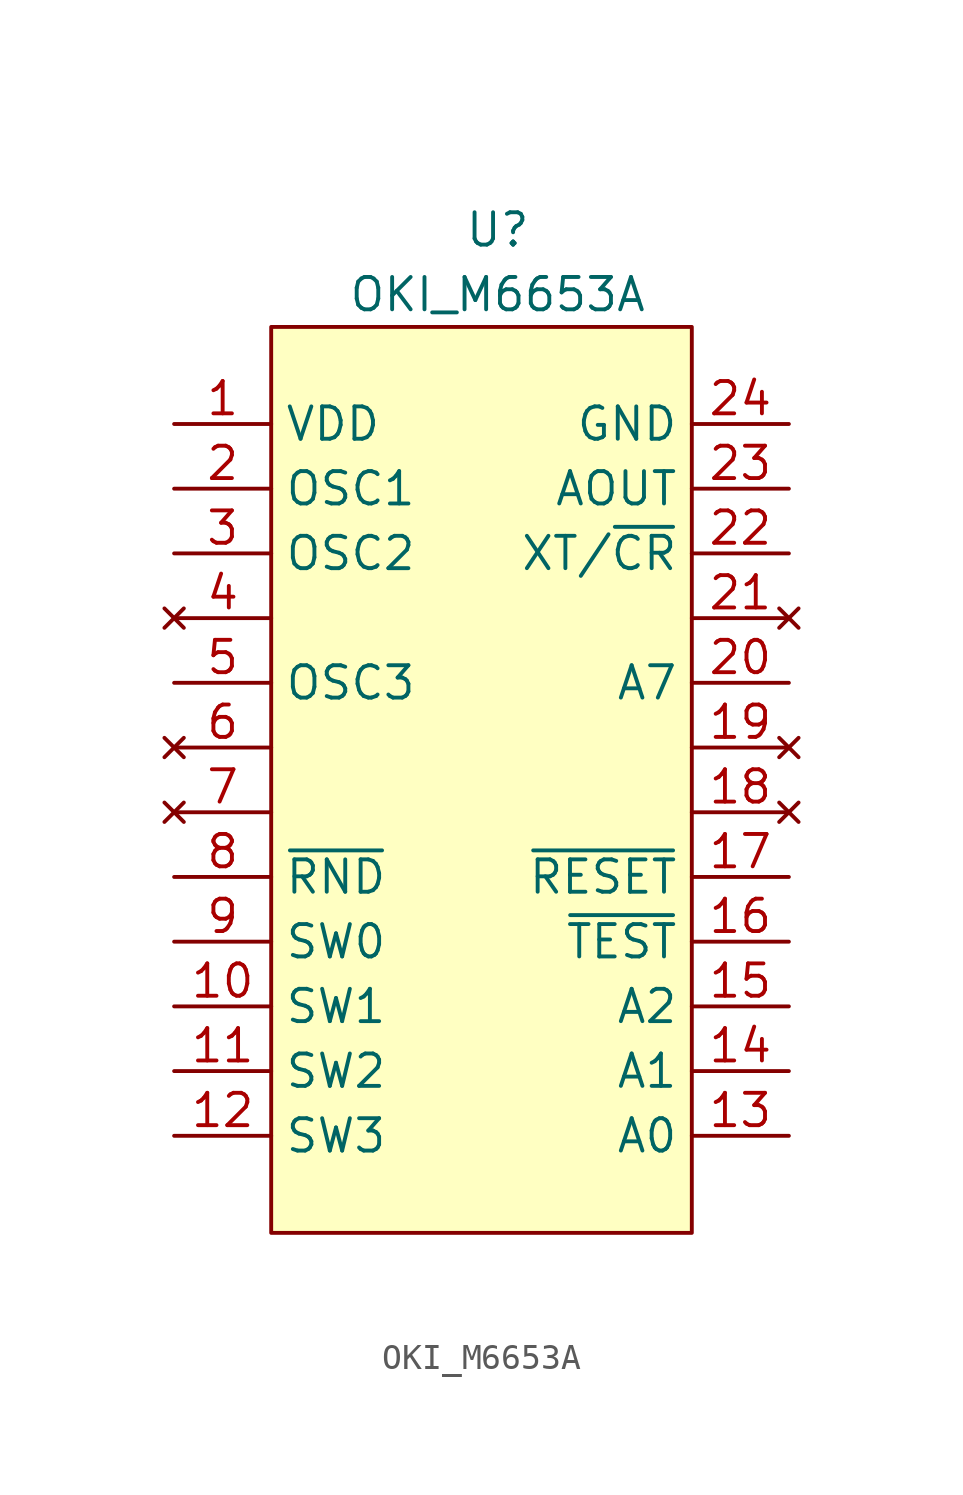
<source format=kicad_sym>
(kicad_symbol_lib
  (version 20220914)
  (generator kicad_symbol_editor)
  (symbol "OKI_M6653A"
    (property "Reference" "U"
      (at 8.89 3.81 0)
      (effects (font (size 1.27 1.27))))
    (property "Value" "OKI_M6653A"
      (at 8.89 1.27 0)
      (effects (font (size 1.27 1.27))))
    (symbol "OKI_M6653A_0_1"
      (rectangle (start 0 0) (end 16.51 -35.56) (stroke (width 0) (type default)) (fill (type background))))
    (symbol "OKI_M6653A_1_1"
      (pin power_in line (at -3.81 -3.81 0) (length 3.81) (name "VDD" (effects (font (size 1.27 1.27)))) (number "1" (effects (font (size 1.27 1.27)))))
      (pin passive line (at -3.81 -26.67 0) (length 3.81) (name "SW1" (effects (font (size 1.27 1.27)))) (number "10" (effects (font (size 1.27 1.27)))))
      (pin passive line (at -3.81 -29.21 0) (length 3.81) (name "SW2" (effects (font (size 1.27 1.27)))) (number "11" (effects (font (size 1.27 1.27)))))
      (pin passive line (at -3.81 -31.75 0) (length 3.81) (name "SW3" (effects (font (size 1.27 1.27)))) (number "12" (effects (font (size 1.27 1.27)))))
      (pin passive line (at 20.32 -31.75 180) (length 3.81) (name "A0" (effects (font (size 1.27 1.27)))) (number "13" (effects (font (size 1.27 1.27)))))
      (pin passive line (at 20.32 -29.21 180) (length 3.81) (name "A1" (effects (font (size 1.27 1.27)))) (number "14" (effects (font (size 1.27 1.27)))))
      (pin passive line (at 20.32 -26.67 180) (length 3.81) (name "A2" (effects (font (size 1.27 1.27)))) (number "15" (effects (font (size 1.27 1.27)))))
      (pin passive line (at 20.32 -24.13 180) (length 3.81) (name "~{TEST}" (effects (font (size 1.27 1.27)))) (number "16" (effects (font (size 1.27 1.27)))))
      (pin passive line (at 20.32 -21.59 180) (length 3.81) (name "~{RESET}" (effects (font (size 1.27 1.27)))) (number "17" (effects (font (size 1.27 1.27)))))
      (pin no_connect line (at 20.32 -19.05 180) (length 3.81) (name "" (effects (font (size 1.27 1.27)))) (number "18" (effects (font (size 1.27 1.27)))))
      (pin no_connect line (at 20.32 -16.51 180) (length 3.81) (name "" (effects (font (size 1.27 1.27)))) (number "19" (effects (font (size 1.27 1.27)))))
      (pin passive line (at -3.81 -6.35 0) (length 3.81) (name "OSC1" (effects (font (size 1.27 1.27)))) (number "2" (effects (font (size 1.27 1.27)))))
      (pin passive line (at 20.32 -13.97 180) (length 3.81) (name "A7" (effects (font (size 1.27 1.27)))) (number "20" (effects (font (size 1.27 1.27)))))
      (pin no_connect line (at 20.32 -11.43 180) (length 3.81) (name "" (effects (font (size 1.27 1.27)))) (number "21" (effects (font (size 1.27 1.27)))))
      (pin passive line (at 20.32 -8.89 180) (length 3.81) (name "XT/~{CR}" (effects (font (size 1.27 1.27)))) (number "22" (effects (font (size 1.27 1.27)))))
      (pin passive line (at 20.32 -6.35 180) (length 3.81) (name "AOUT" (effects (font (size 1.27 1.27)))) (number "23" (effects (font (size 1.27 1.27)))))
      (pin power_in line (at 20.32 -3.81 180) (length 3.81) (name "GND" (effects (font (size 1.27 1.27)))) (number "24" (effects (font (size 1.27 1.27)))))
      (pin passive line (at -3.81 -8.89 0) (length 3.81) (name "OSC2" (effects (font (size 1.27 1.27)))) (number "3" (effects (font (size 1.27 1.27)))))
      (pin no_connect line (at -3.81 -11.43 0) (length 3.81) (name "" (effects (font (size 1.27 1.27)))) (number "4" (effects (font (size 1.27 1.27)))))
      (pin passive line (at -3.81 -13.97 0) (length 3.81) (name "OSC3" (effects (font (size 1.27 1.27)))) (number "5" (effects (font (size 1.27 1.27)))))
      (pin no_connect line (at -3.81 -16.51 0) (length 3.81) (name "" (effects (font (size 1.27 1.27)))) (number "6" (effects (font (size 1.27 1.27)))))
      (pin no_connect line (at -3.81 -19.05 0) (length 3.81) (name "" (effects (font (size 1.27 1.27)))) (number "7" (effects (font (size 1.27 1.27)))))
      (pin passive line (at -3.81 -21.59 0) (length 3.81) (name "~{RND}" (effects (font (size 1.27 1.27)))) (number "8" (effects (font (size 1.27 1.27)))))
      (pin passive line (at -3.81 -24.13 0) (length 3.81) (name "SW0" (effects (font (size 1.27 1.27)))) (number "9" (effects (font (size 1.27 1.27))))))))
</source>
